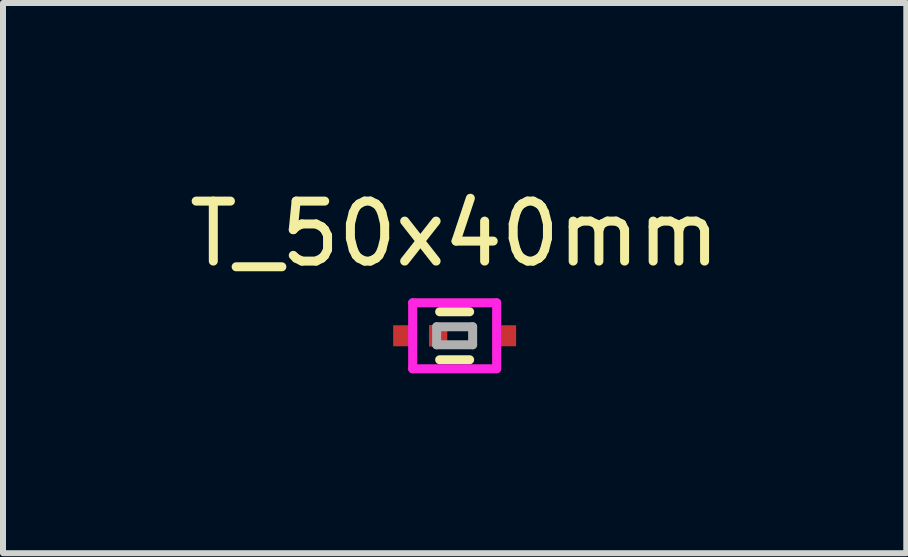
<source format=kicad_pcb>
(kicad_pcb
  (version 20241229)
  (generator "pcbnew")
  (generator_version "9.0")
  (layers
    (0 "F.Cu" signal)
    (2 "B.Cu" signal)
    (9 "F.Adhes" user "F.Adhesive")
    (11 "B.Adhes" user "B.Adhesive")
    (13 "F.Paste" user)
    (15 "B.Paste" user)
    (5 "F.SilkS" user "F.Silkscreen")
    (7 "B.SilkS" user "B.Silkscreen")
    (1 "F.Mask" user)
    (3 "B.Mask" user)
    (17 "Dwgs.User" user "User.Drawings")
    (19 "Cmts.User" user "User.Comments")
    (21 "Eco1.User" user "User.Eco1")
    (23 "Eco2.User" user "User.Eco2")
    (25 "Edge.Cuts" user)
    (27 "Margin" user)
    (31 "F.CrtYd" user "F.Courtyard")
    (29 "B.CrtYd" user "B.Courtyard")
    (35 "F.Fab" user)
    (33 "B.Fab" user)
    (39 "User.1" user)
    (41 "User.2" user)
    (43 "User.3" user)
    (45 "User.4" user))
  (footprint "T_50x40mm"
    (layer "F.Cu")
    (at 4.53 2.548)
    (property "Reference" "T_50x40mm" (at 0 -1.7 0) (layer "F.SilkS") (effects (font (size 1 1) (thickness 0.15))))
    (attr through_hole)
    (fp_line (start -0.25 -0.4) (end 0.25 -0.4) (stroke (width 0.15) (type solid)) (layer "F.SilkS"))
    (fp_line (start 0.25 0.4) (end -0.25 0.4) (stroke (width 0.15) (type solid)) (layer "F.SilkS"))
    (fp_line (start -0.7 -0.55) (end -0.7 0.55) (stroke (width 0.15) (type solid)) (layer "F.CrtYd"))
    (fp_line (start -0.7 -0.55) (end 0.7 -0.55) (stroke (width 0.15) (type solid)) (layer "F.CrtYd"))
    (fp_line (start -0.7 0.55) (end 0.7 0.55) (stroke (width 0.15) (type solid)) (layer "F.CrtYd"))
    (fp_line (start 0.7 -0.55) (end 0.7 0.55) (stroke (width 0.15) (type solid)) (layer "F.CrtYd"))
    (fp_line (start -0.3 -0.15) (end 0.3 -0.15) (stroke (width 0.15) (type solid)) (layer "F.Fab"))
    (fp_line (start -0.3 0.15) (end -0.3 -0.15) (stroke (width 0.15) (type solid)) (layer "F.Fab"))
    (fp_line (start 0.3 -0.15) (end 0.3 0.15) (stroke (width 0.15) (type solid)) (layer "F.Fab"))
    (fp_line (start 0.3 0.15) (end -0.3 0.15) (stroke (width 0.15) (type solid)) (layer "F.Fab"))
    (pad "1" smd rect (at -0.275 0) (size 0.3 0.35) (layers "F.Cu" "F.Mask" "F.Paste"))
    (pad "2" smd rect (at 0.875 0) (size 0.3 0.35) (layers "F.Cu" "F.Mask" "F.Paste"))
    (pad "3" smd rect (at -0.275 0) (size 0.3 0.35) (layers "F.Cu" "F.Mask" "F.Paste"))
    (pad "4" smd rect (at -0.875 0) (size 0.3 0.35) (layers "F.Cu" "F.Mask" "F.Paste")))
  (gr_rect
    (start -3 -3)
    (end 12.06 6.173)
    (stroke (width 0.1) (type default))
    (fill no)
    (layer "Edge.Cuts")))
</source>
